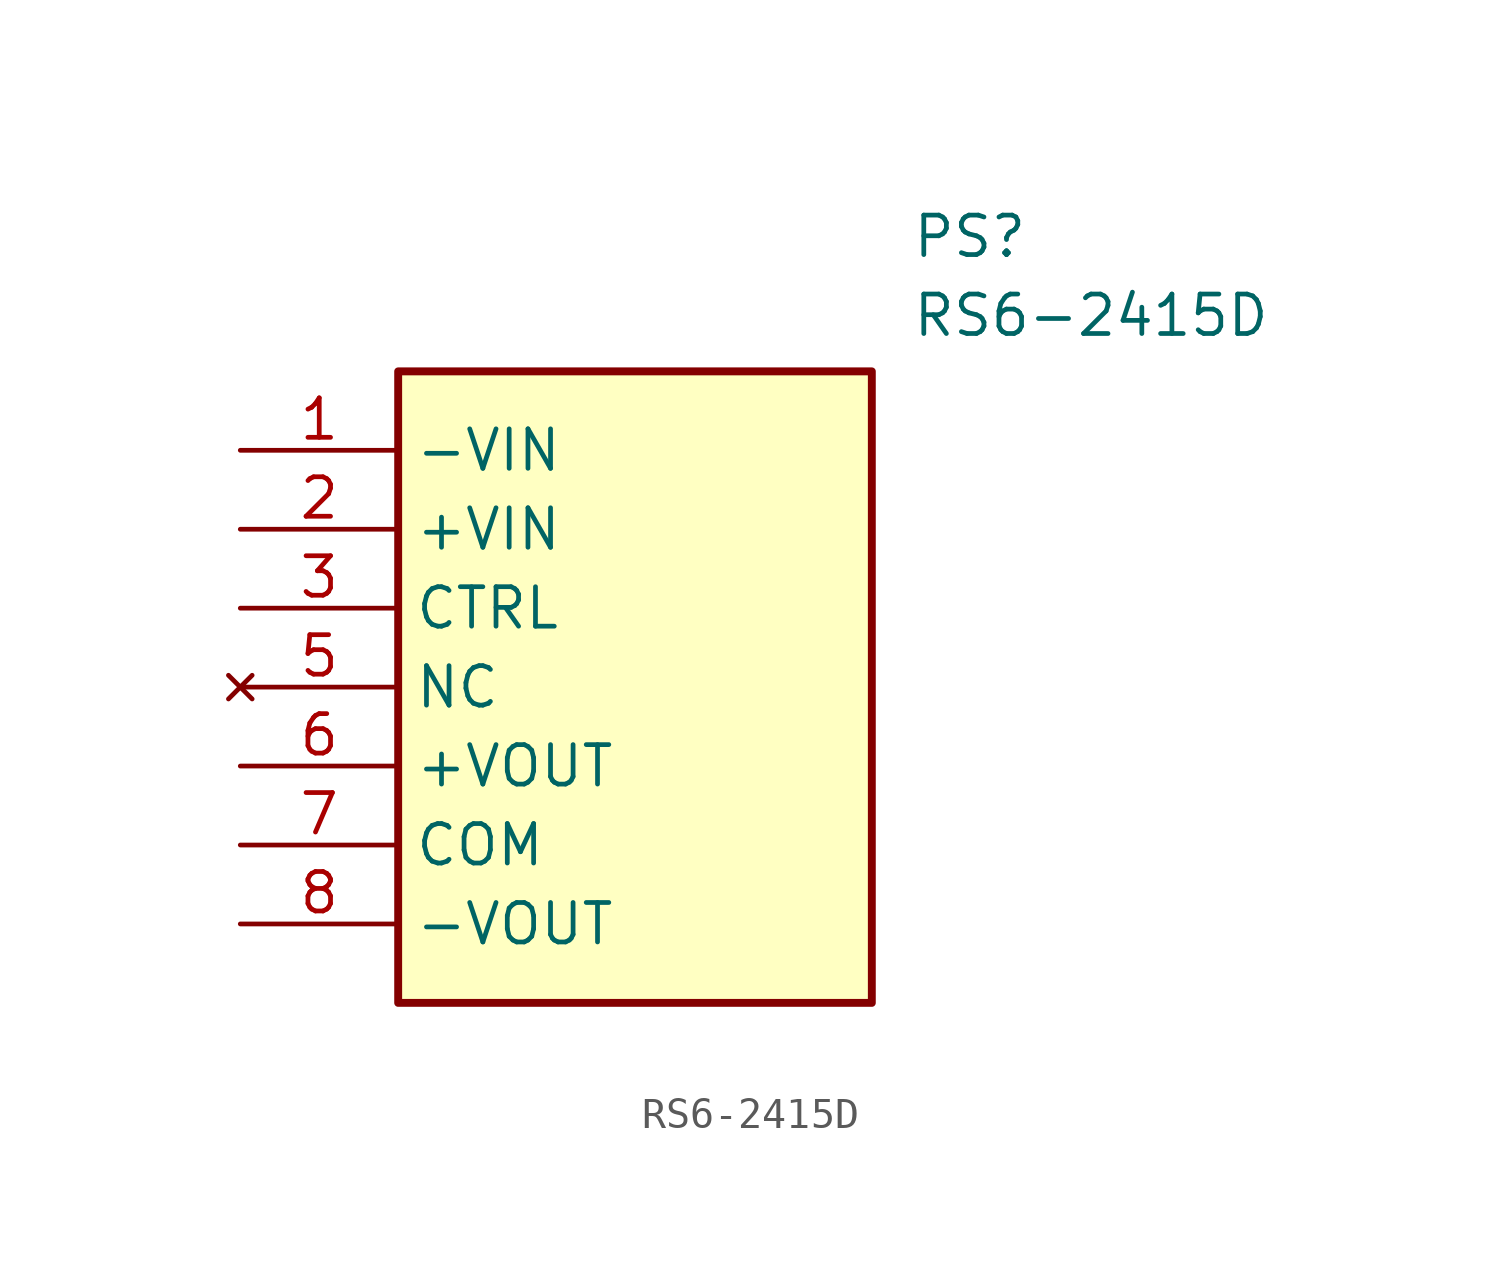
<source format=kicad_sym>
(kicad_symbol_lib
  (version 20211014)
  (generator SamacSys_ECAD_Model)
  (symbol "RS6-2415D"
    (property "Reference" "PS"
      (at 21.59 7.62 0)
      (effects (font (size 1.27 1.27)) (justify left top)))
    (property "Value" "RS6-2415D"
      (at 21.59 5.08 0)
      (effects (font (size 1.27 1.27)) (justify left top)))
    (rectangle
      (start 5.08 2.54)
      (end 20.32 -17.78)
      (stroke (width 0.254) (type default))
      (fill (type background)))
    (pin passive line
      (at 0 0 0)
      (length 5.08)
      (name "-VIN" (effects (font (size 1.27 1.27))))
      (number "1" (effects (font (size 1.27 1.27)))))
    (pin passive line
      (at 0 -2.54 0)
      (length 5.08)
      (name "+VIN" (effects (font (size 1.27 1.27))))
      (number "2" (effects (font (size 1.27 1.27)))))
    (pin passive line
      (at 0 -5.08 0)
      (length 5.08)
      (name "CTRL" (effects (font (size 1.27 1.27))))
      (number "3" (effects (font (size 1.27 1.27)))))
    (pin no_connect line
      (at 0 -7.62 0)
      (length 5.08)
      (name "NC" (effects (font (size 1.27 1.27))))
      (number "5" (effects (font (size 1.27 1.27)))))
    (pin passive line
      (at 0 -10.16 0)
      (length 5.08)
      (name "+VOUT" (effects (font (size 1.27 1.27))))
      (number "6" (effects (font (size 1.27 1.27)))))
    (pin passive line
      (at 0 -12.7 0)
      (length 5.08)
      (name "COM" (effects (font (size 1.27 1.27))))
      (number "7" (effects (font (size 1.27 1.27)))))
    (pin passive line
      (at 0 -15.24 0)
      (length 5.08)
      (name "-VOUT" (effects (font (size 1.27 1.27))))
      (number "8" (effects (font (size 1.27 1.27)))))))
</source>
